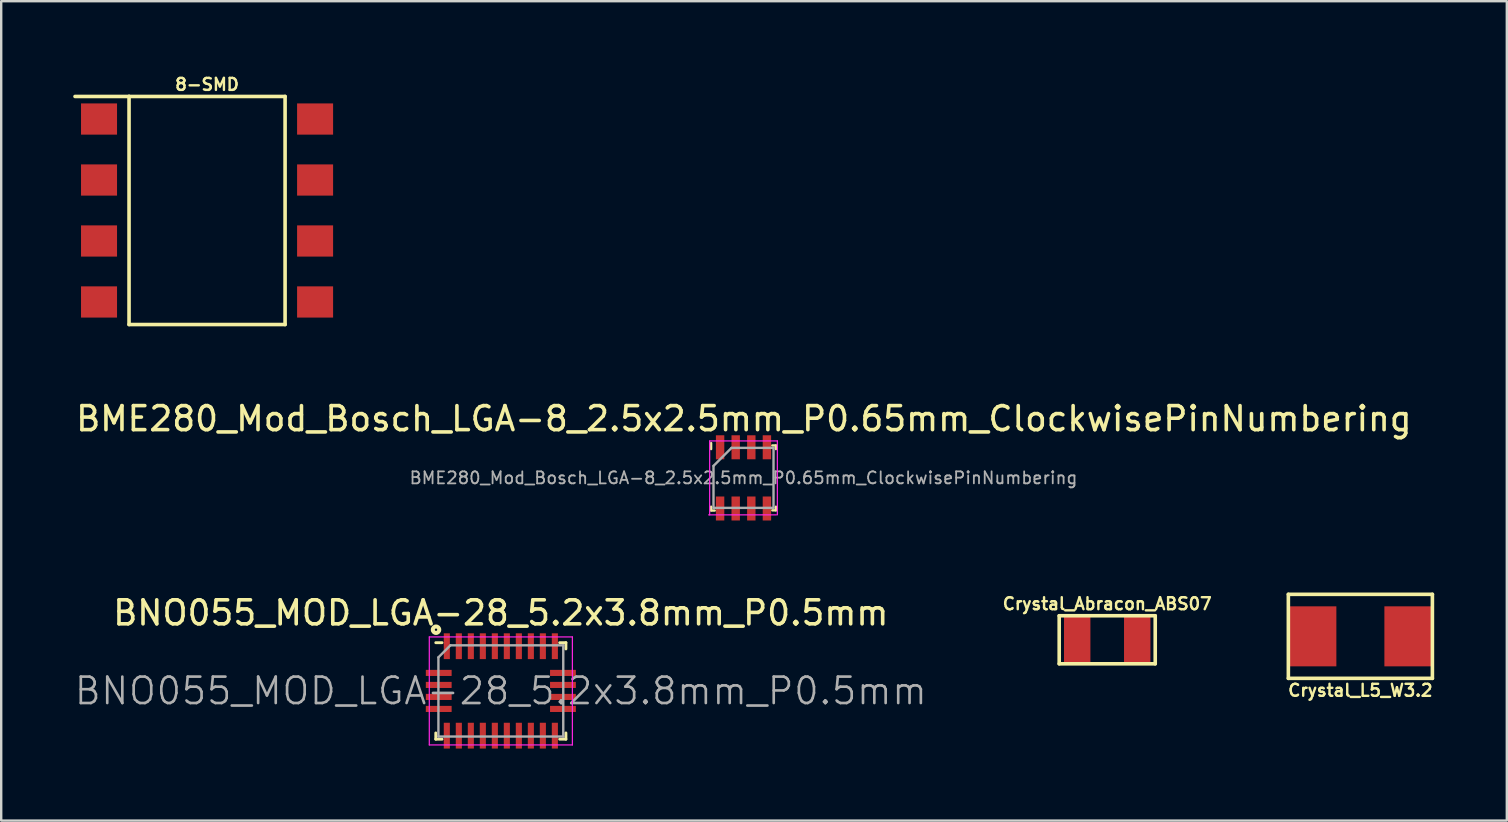
<source format=kicad_pcb>
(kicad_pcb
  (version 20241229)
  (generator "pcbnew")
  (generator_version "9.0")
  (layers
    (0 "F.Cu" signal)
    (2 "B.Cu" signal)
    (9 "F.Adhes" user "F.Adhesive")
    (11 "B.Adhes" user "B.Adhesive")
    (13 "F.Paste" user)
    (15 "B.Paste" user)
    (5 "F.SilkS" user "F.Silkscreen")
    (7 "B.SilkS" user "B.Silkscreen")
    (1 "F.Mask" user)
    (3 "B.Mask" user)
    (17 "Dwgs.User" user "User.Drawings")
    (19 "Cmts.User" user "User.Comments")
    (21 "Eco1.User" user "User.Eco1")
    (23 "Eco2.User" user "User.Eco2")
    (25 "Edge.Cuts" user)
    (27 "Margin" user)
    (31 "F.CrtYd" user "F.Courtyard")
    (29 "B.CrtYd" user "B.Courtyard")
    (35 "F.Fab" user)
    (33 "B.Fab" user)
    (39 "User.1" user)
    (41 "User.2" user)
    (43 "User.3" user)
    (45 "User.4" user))
  (footprint "8-SMD"
    (layer "F.Cu")
    (at 5.575 5.718)
    (property "Reference" "8-SMD" (at 0 -5.25 0) (layer "F.SilkS") (effects (font (size 0.5 0.5) (thickness 0.1))))
    (attr through_hole)
    (fp_line (start -3.25 -4.75) (end -5.5 -4.75) (stroke (width 0.15) (type solid)) (layer "F.SilkS"))
    (fp_line (start -3.25 -4.75) (end 3.25 -4.75) (stroke (width 0.15) (type solid)) (layer "F.SilkS"))
    (fp_line (start -3.25 4.75) (end -3.25 -4.75) (stroke (width 0.15) (type solid)) (layer "F.SilkS"))
    (fp_line (start 3.25 -4.75) (end 3.25 4.75) (stroke (width 0.15) (type solid)) (layer "F.SilkS"))
    (fp_line (start 3.25 4.75) (end -3.25 4.75) (stroke (width 0.15) (type solid)) (layer "F.SilkS"))
    (pad "1" smd rect (at -4.5 -3.81) (size 1.5 1.3) (layers "F.Cu" "F.Mask" "F.Paste"))
    (pad "2" smd rect (at 4.5 -3.81) (size 1.5 1.3) (layers "F.Cu" "F.Mask" "F.Paste"))
    (pad "3" smd rect (at -4.5 -1.27) (size 1.5 1.3) (layers "F.Cu" "F.Mask" "F.Paste"))
    (pad "4" smd rect (at 4.5 -1.27) (size 1.5 1.3) (layers "F.Cu" "F.Mask" "F.Paste"))
    (pad "5" smd rect (at -4.5 1.27) (size 1.5 1.3) (layers "F.Cu" "F.Mask" "F.Paste"))
    (pad "6" smd rect (at 4.5 1.27) (size 1.5 1.3) (layers "F.Cu" "F.Mask" "F.Paste"))
    (pad "7" smd rect (at -4.5 3.81) (size 1.5 1.3) (layers "F.Cu" "F.Mask" "F.Paste"))
    (pad "8" smd rect (at 4.5 3.81) (size 1.5 1.3) (layers "F.Cu" "F.Mask" "F.Paste")))
  (footprint "Crystal_Abracon_ABS07"
    (layer "F.Cu")
    (at 43.07 23.599)
    (property "Reference" "Crystal_Abracon_ABS07" (at 0 -1.5 0) (layer "F.SilkS") (effects (font (size 0.5 0.5) (thickness 0.1))))
    (attr through_hole)
    (fp_line (start -2 -1) (end 2 -1) (stroke (width 0.15) (type solid)) (layer "F.SilkS"))
    (fp_line (start -2 1) (end -2 -1) (stroke (width 0.15) (type solid)) (layer "F.SilkS"))
    (fp_line (start 2 -1) (end 2 1) (stroke (width 0.15) (type solid)) (layer "F.SilkS"))
    (fp_line (start 2 1) (end -2 1) (stroke (width 0.15) (type solid)) (layer "F.SilkS"))
    (pad "1" smd rect (at -1.25 0) (size 1.1 1.9) (layers "F.Cu" "F.Mask" "F.Paste"))
    (pad "2" smd rect (at 1.25 0) (size 1.1 1.9) (layers "F.Cu" "F.Mask" "F.Paste")))
  (footprint "BME280_Mod_Bosch_LGA-8_2.5x2.5mm_P0.65mm_ClockwisePinNumbering"
    (layer "F.Cu")
    (at 27.92 16.856)
    (property "Reference" "BME280_Mod_Bosch_LGA-8_2.5x2.5mm_P0.65mm_ClockwisePinNumbering" (at 0.015 -2.465 0) (layer "F.SilkS") (effects (font (size 1 1) (thickness 0.15))))
    (attr smd)
    (fp_line (start -1.35 -1.2) (end -1.35 -1.45) (stroke (width 0.1) (type solid)) (layer "F.SilkS"))
    (fp_line (start -1.35 1.35) (end -1.35 1.2) (stroke (width 0.1) (type solid)) (layer "F.SilkS"))
    (fp_line (start -1.35 1.36) (end -1.2 1.36) (stroke (width 0.1) (type solid)) (layer "F.SilkS"))
    (fp_line (start 1.2 -1.35) (end 1.35 -1.35) (stroke (width 0.1) (type solid)) (layer "F.SilkS"))
    (fp_line (start 1.35 -1.35) (end 1.35 -1.2) (stroke (width 0.1) (type solid)) (layer "F.SilkS"))
    (fp_line (start 1.35 1.35) (end 1.2 1.35) (stroke (width 0.1) (type solid)) (layer "F.SilkS"))
    (fp_line (start 1.35 1.35) (end 1.35 1.2) (stroke (width 0.1) (type solid)) (layer "F.SilkS"))
    (fp_line (start -1.41 -1.54) (end 1.41 -1.54) (stroke (width 0.05) (type solid)) (layer "F.CrtYd"))
    (fp_line (start -1.41 1.54) (end -1.41 -1.54) (stroke (width 0.05) (type solid)) (layer "F.CrtYd"))
    (fp_line (start 1.37 1.54) (end -1.45 1.54) (stroke (width 0.05) (type solid)) (layer "F.CrtYd"))
    (fp_line (start 1.41 -1.54) (end 1.41 1.54) (stroke (width 0.05) (type solid)) (layer "F.CrtYd"))
    (fp_line (start -1.25 -0.5) (end -0.5 -1.25) (stroke (width 0.1) (type solid)) (layer "F.Fab"))
    (fp_line (start -1.25 1.25) (end -1.25 -0.5) (stroke (width 0.1) (type solid)) (layer "F.Fab"))
    (fp_line (start -0.5 -1.25) (end 1.25 -1.25) (stroke (width 0.1) (type solid)) (layer "F.Fab"))
    (fp_line (start 1.25 -1.25) (end 1.25 1.25) (stroke (width 0.1) (type solid)) (layer "F.Fab"))
    (fp_line (start 1.25 1.25) (end -1.25 1.25) (stroke (width 0.1) (type solid)) (layer "F.Fab"))
    (fp_text user "${REFERENCE}" (at 0 0 180) (layer "F.Fab") (effects (font (size 0.5 0.5) (thickness 0.075))))
    (pad "1" smd rect (at -0.975 -1.275 90) (size 1 0.35) (layers "F.Cu" "F.Mask" "F.Paste"))
    (pad "2" smd rect (at -0.325 -1.275 90) (size 1 0.35) (layers "F.Cu" "F.Mask" "F.Paste"))
    (pad "3" smd rect (at 0.325 -1.275 90) (size 1 0.35) (layers "F.Cu" "F.Mask" "F.Paste"))
    (pad "4" smd rect (at 0.975 -1.275 90) (size 1 0.35) (layers "F.Cu" "F.Mask" "F.Paste"))
    (pad "5" smd rect (at 0.975 1.275 90) (size 1 0.35) (layers "F.Cu" "F.Mask" "F.Paste"))
    (pad "6" smd rect (at 0.325 1.275 90) (size 1 0.35) (layers "F.Cu" "F.Mask" "F.Paste"))
    (pad "7" smd rect (at -0.325 1.275 90) (size 1 0.35) (layers "F.Cu" "F.Mask" "F.Paste"))
    (pad "8" smd rect (at -0.975 1.275 90) (size 1 0.35) (layers "F.Cu" "F.Mask" "F.Paste")))
  (footprint "Crystal_L5_W3.2"
    (layer "F.Cu")
    (at 53.615 23.456)
    (property "Reference" "Crystal_L5_W3.2" (at 0 2.25 0) (layer "F.SilkS") (effects (font (size 0.5 0.5) (thickness 0.1))))
    (attr through_hole)
    (fp_line (start -3 -1.75) (end -3 1.75) (stroke (width 0.15) (type solid)) (layer "F.SilkS"))
    (fp_line (start -3 1.75) (end 3 1.75) (stroke (width 0.15) (type solid)) (layer "F.SilkS"))
    (fp_line (start 3 -1.75) (end -3 -1.75) (stroke (width 0.15) (type solid)) (layer "F.SilkS"))
    (fp_line (start 3 1.75) (end 3 -1.75) (stroke (width 0.15) (type solid)) (layer "F.SilkS"))
    (pad "1" smd rect (at 2 0) (size 2 2.5) (layers "F.Cu" "F.Mask" "F.Paste"))
    (pad "2" smd rect (at -2 0) (size 2 2.5) (layers "F.Cu" "F.Mask" "F.Paste")))
  (footprint "BNO055_MOD_LGA-28_5.2x3.8mm_P0.5mm"
    (layer "F.Cu")
    (at 17.812 25.73)
    (property "Reference" "BNO055_MOD_LGA-28_5.2x3.8mm_P0.5mm" (at 0 -3.25 0) (layer "F.SilkS") (effects (font (size 1 1) (thickness 0.15))))
    (attr smd)
    (fp_line (start -2.71 -2.01) (end -2.45 -2.01) (stroke (width 0.12) (type solid)) (layer "F.SilkS"))
    (fp_line (start -2.71 2.01) (end -2.71 1.75) (stroke (width 0.12) (type solid)) (layer "F.SilkS"))
    (fp_line (start -2.71 2.01) (end -2.45 2.01) (stroke (width 0.12) (type solid)) (layer "F.SilkS"))
    (fp_line (start 2.71 -2.01) (end 2.45 -2.01) (stroke (width 0.12) (type solid)) (layer "F.SilkS"))
    (fp_line (start 2.71 -2.01) (end 2.71 -1.75) (stroke (width 0.12) (type solid)) (layer "F.SilkS"))
    (fp_line (start 2.71 2.01) (end 2.45 2.01) (stroke (width 0.12) (type solid)) (layer "F.SilkS"))
    (fp_line (start 2.71 2.01) (end 2.71 1.75) (stroke (width 0.12) (type solid)) (layer "F.SilkS"))
    (fp_circle (center -2.7 -2.55) (end -2.65 -2.55) (stroke (width 0.12) (type solid)) (fill no) (layer "F.SilkS"))
    (fp_circle (center -2.7 -2.55) (end -2.55 -2.5) (stroke (width 0.12) (type solid)) (fill no) (layer "F.SilkS"))
    (fp_line (start -2.98 -2.25) (end -2.98 2.25) (stroke (width 0.05) (type solid)) (layer "F.CrtYd"))
    (fp_line (start -2.98 2.25) (end 2.98 2.25) (stroke (width 0.05) (type solid)) (layer "F.CrtYd"))
    (fp_line (start 2.98 -2.25) (end -2.98 -2.25) (stroke (width 0.05) (type solid)) (layer "F.CrtYd"))
    (fp_line (start 2.98 2.25) (end 2.98 -2.25) (stroke (width 0.05) (type solid)) (layer "F.CrtYd"))
    (fp_line (start -2.6 -1.4) (end -2.6 1.9) (stroke (width 0.1) (type solid)) (layer "F.Fab"))
    (fp_line (start -2.6 -1.4) (end -2.1 -1.9) (stroke (width 0.1) (type solid)) (layer "F.Fab"))
    (fp_line (start -2.6 1.9) (end 2.6 1.9) (stroke (width 0.1) (type solid)) (layer "F.Fab"))
    (fp_line (start 2.6 -1.9) (end -2.1 -1.9) (stroke (width 0.1) (type solid)) (layer "F.Fab"))
    (fp_line (start 2.6 1.9) (end 2.6 -1.9) (stroke (width 0.1) (type solid)) (layer "F.Fab"))
    (fp_text user "${REFERENCE}" (at 0 0 0) (layer "F.Fab") (effects (font (size 1.1 1.1) (thickness 0.11))))
    (pad "1" smd rect (at -2.25 -1.863) (size 0.254 1.075) (layers "F.Cu" "F.Mask" "F.Paste"))
    (pad "2" smd rect (at -2.587 -0.75 90) (size 0.254 1.075) (layers "F.Cu" "F.Mask" "F.Paste"))
    (pad "3" smd rect (at -2.587 -0.25 90) (size 0.254 1.075) (layers "F.Cu" "F.Mask" "F.Paste"))
    (pad "4" smd rect (at -2.587 0.25 90) (size 0.254 1.075) (layers "F.Cu" "F.Mask" "F.Paste"))
    (pad "5" smd rect (at -2.587 0.75 90) (size 0.254 1.075) (layers "F.Cu" "F.Mask" "F.Paste"))
    (pad "6" smd rect (at -2.25 1.863) (size 0.254 1.075) (layers "F.Cu" "F.Mask" "F.Paste"))
    (pad "7" smd rect (at -1.75 1.863) (size 0.254 1.075) (layers "F.Cu" "F.Mask" "F.Paste"))
    (pad "8" smd rect (at -1.25 1.863) (size 0.254 1.075) (layers "F.Cu" "F.Mask" "F.Paste"))
    (pad "9" smd rect (at -0.75 1.863) (size 0.254 1.075) (layers "F.Cu" "F.Mask" "F.Paste"))
    (pad "10" smd rect (at -0.25 1.863) (size 0.254 1.075) (layers "F.Cu" "F.Mask" "F.Paste"))
    (pad "11" smd rect (at 0.25 1.863) (size 0.254 1.075) (layers "F.Cu" "F.Mask" "F.Paste"))
    (pad "12" smd rect (at 0.75 1.863) (size 0.254 1.075) (layers "F.Cu" "F.Mask" "F.Paste"))
    (pad "13" smd rect (at 1.25 1.863) (size 0.254 1.075) (layers "F.Cu" "F.Mask" "F.Paste"))
    (pad "14" smd rect (at 1.75 1.863) (size 0.254 1.075) (layers "F.Cu" "F.Mask" "F.Paste"))
    (pad "15" smd rect (at 2.25 1.863) (size 0.254 1.075) (layers "F.Cu" "F.Mask" "F.Paste"))
    (pad "16" smd rect (at 2.587 0.75 90) (size 0.254 1.075) (layers "F.Cu" "F.Mask" "F.Paste"))
    (pad "17" smd rect (at 2.587 0.25 90) (size 0.254 1.075) (layers "F.Cu" "F.Mask" "F.Paste"))
    (pad "18" smd rect (at 2.587 -0.25 90) (size 0.254 1.075) (layers "F.Cu" "F.Mask" "F.Paste"))
    (pad "19" smd rect (at 2.587 -0.75 90) (size 0.254 1.075) (layers "F.Cu" "F.Mask" "F.Paste"))
    (pad "20" smd rect (at 2.25 -1.863) (size 0.254 1.075) (layers "F.Cu" "F.Mask" "F.Paste"))
    (pad "21" smd rect (at 1.75 -1.863) (size 0.254 1.075) (layers "F.Cu" "F.Mask" "F.Paste"))
    (pad "22" smd rect (at 1.25 -1.863) (size 0.254 1.075) (layers "F.Cu" "F.Mask" "F.Paste"))
    (pad "23" smd rect (at 0.75 -1.863) (size 0.254 1.075) (layers "F.Cu" "F.Mask" "F.Paste"))
    (pad "24" smd rect (at 0.25 -1.863) (size 0.254 1.075) (layers "F.Cu" "F.Mask" "F.Paste"))
    (pad "25" smd rect (at -0.25 -1.863) (size 0.254 1.075) (layers "F.Cu" "F.Mask" "F.Paste"))
    (pad "26" smd rect (at -0.75 -1.863) (size 0.254 1.075) (layers "F.Cu" "F.Mask" "F.Paste"))
    (pad "27" smd rect (at -1.25 -1.863) (size 0.254 1.075) (layers "F.Cu" "F.Mask" "F.Paste"))
    (pad "28" smd rect (at -1.75 -1.863) (size 0.254 1.075) (layers "F.Cu" "F.Mask" "F.Paste")))
  (gr_rect
    (start -3 -3)
    (end 59.715 31.13)
    (stroke (width 0.1) (type default))
    (fill no)
    (layer "Edge.Cuts")))
</source>
